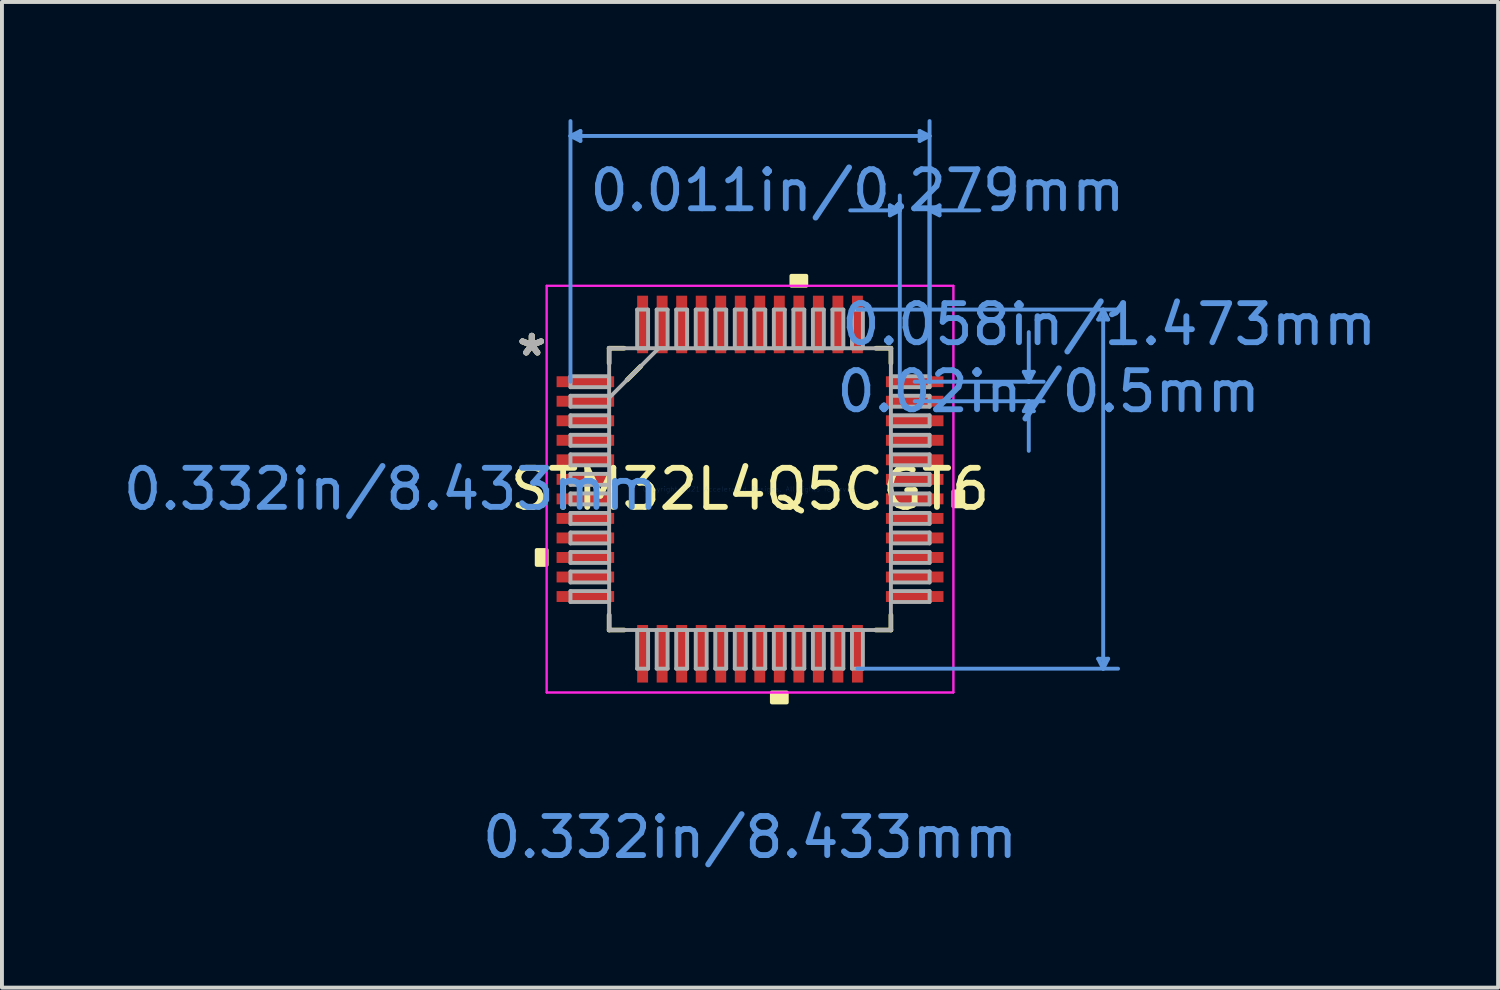
<source format=kicad_pcb>
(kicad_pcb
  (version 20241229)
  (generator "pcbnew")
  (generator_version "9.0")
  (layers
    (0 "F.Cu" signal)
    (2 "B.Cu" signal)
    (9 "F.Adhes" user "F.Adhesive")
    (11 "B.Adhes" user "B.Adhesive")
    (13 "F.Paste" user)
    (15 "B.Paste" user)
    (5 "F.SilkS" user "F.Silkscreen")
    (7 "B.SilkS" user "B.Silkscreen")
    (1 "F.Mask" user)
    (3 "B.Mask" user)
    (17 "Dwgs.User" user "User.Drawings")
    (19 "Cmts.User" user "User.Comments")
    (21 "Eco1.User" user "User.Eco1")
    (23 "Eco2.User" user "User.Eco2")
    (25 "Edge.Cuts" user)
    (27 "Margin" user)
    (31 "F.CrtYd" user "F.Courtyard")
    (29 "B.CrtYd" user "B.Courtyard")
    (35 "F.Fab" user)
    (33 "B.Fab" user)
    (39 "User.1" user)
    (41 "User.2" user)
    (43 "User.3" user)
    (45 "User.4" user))
  (footprint "STM32L4Q5CGT6"
    (layer "F.Cu")
    (at 16.153 9.473)
    (property "Reference" "STM32L4Q5CGT6" (at 0 0 0) (layer "F.SilkS") (effects (font (size 1 1) (thickness 0.15))))
    (attr through_hole)
    (fp_line (start -3.607 -3.607) (end -3.607 -3.222) (stroke (width 0.12) (type solid)) (layer "F.SilkS"))
    (fp_line (start -3.607 3.222) (end -3.607 3.607) (stroke (width 0.12) (type solid)) (layer "F.SilkS"))
    (fp_line (start -3.607 3.607) (end -3.222 3.607) (stroke (width 0.12) (type solid)) (layer "F.SilkS"))
    (fp_line (start -3.222 -3.607) (end -3.607 -3.607) (stroke (width 0.12) (type solid)) (layer "F.SilkS"))
    (fp_line (start -3.147 -2.797) (end -2.797 -3.147) (stroke (width 0.12) (type solid)) (layer "F.SilkS"))
    (fp_line (start 3.222 3.607) (end 3.607 3.607) (stroke (width 0.12) (type solid)) (layer "F.SilkS"))
    (fp_line (start 3.607 -3.607) (end 3.222 -3.607) (stroke (width 0.12) (type solid)) (layer "F.SilkS"))
    (fp_line (start 3.607 -3.222) (end 3.607 -3.607) (stroke (width 0.12) (type solid)) (layer "F.SilkS"))
    (fp_line (start 3.607 3.607) (end 3.607 3.222) (stroke (width 0.12) (type solid)) (layer "F.SilkS"))
    (fp_poly (pts (xy -5.461 1.559) (xy -5.461 1.94) (xy -5.207 1.94) (xy -5.207 1.559)) (stroke (width 0.1) (type solid)) (fill yes) (layer "F.SilkS"))
    (fp_poly (pts (xy 0.56 5.207) (xy 0.56 5.461) (xy 0.941 5.461) (xy 0.941 5.207)) (stroke (width 0.1) (type solid)) (fill yes) (layer "F.SilkS"))
    (fp_poly (pts (xy 1.06 -5.207) (xy 1.06 -5.461) (xy 1.44 -5.461) (xy 1.44 -5.207)) (stroke (width 0.1) (type solid)) (fill yes) (layer "F.SilkS"))
    (fp_poly (pts (xy 5.461 0.059) (xy 5.461 0.441) (xy 5.207 0.441) (xy 5.207 0.059)) (stroke (width 0.1) (type solid)) (fill yes) (layer "F.SilkS"))
    (fp_line (start -4.597 -9.042) (end -4.343 -9.169) (stroke (width 0.1) (type solid)) (layer "Cmts.User"))
    (fp_line (start -4.597 -9.042) (end -4.343 -8.915) (stroke (width 0.1) (type solid)) (layer "Cmts.User"))
    (fp_line (start -4.597 -9.042) (end 4.597 -9.042) (stroke (width 0.1) (type solid)) (layer "Cmts.User"))
    (fp_line (start -4.597 -2.75) (end -4.597 -9.423) (stroke (width 0.1) (type solid)) (layer "Cmts.User"))
    (fp_line (start -4.343 -9.169) (end -4.343 -8.915) (stroke (width 0.1) (type solid)) (layer "Cmts.User"))
    (fp_line (start 2.75 -4.597) (end 9.423 -4.597) (stroke (width 0.1) (type solid)) (layer "Cmts.User"))
    (fp_line (start 2.75 4.597) (end 9.423 4.597) (stroke (width 0.1) (type solid)) (layer "Cmts.User"))
    (fp_line (start 3.581 -7.264) (end 3.581 -7.01) (stroke (width 0.1) (type solid)) (layer "Cmts.User"))
    (fp_line (start 3.835 -7.137) (end 2.565 -7.137) (stroke (width 0.1) (type solid)) (layer "Cmts.User"))
    (fp_line (start 3.835 -7.137) (end 3.581 -7.264) (stroke (width 0.1) (type solid)) (layer "Cmts.User"))
    (fp_line (start 3.835 -7.137) (end 3.581 -7.01) (stroke (width 0.1) (type solid)) (layer "Cmts.User"))
    (fp_line (start 3.835 -2.75) (end 3.835 -7.518) (stroke (width 0.1) (type solid)) (layer "Cmts.User"))
    (fp_line (start 4.216 -2.75) (end 7.518 -2.75) (stroke (width 0.1) (type solid)) (layer "Cmts.User"))
    (fp_line (start 4.216 -2.25) (end 7.518 -2.25) (stroke (width 0.1) (type solid)) (layer "Cmts.User"))
    (fp_line (start 4.343 -9.169) (end 4.343 -8.915) (stroke (width 0.1) (type solid)) (layer "Cmts.User"))
    (fp_line (start 4.597 -9.042) (end 4.343 -9.169) (stroke (width 0.1) (type solid)) (layer "Cmts.User"))
    (fp_line (start 4.597 -9.042) (end 4.343 -8.915) (stroke (width 0.1) (type solid)) (layer "Cmts.User"))
    (fp_line (start 4.597 -7.137) (end 4.851 -7.264) (stroke (width 0.1) (type solid)) (layer "Cmts.User"))
    (fp_line (start 4.597 -7.137) (end 4.851 -7.01) (stroke (width 0.1) (type solid)) (layer "Cmts.User"))
    (fp_line (start 4.597 -7.137) (end 5.867 -7.137) (stroke (width 0.1) (type solid)) (layer "Cmts.User"))
    (fp_line (start 4.597 -2.75) (end 4.597 -9.423) (stroke (width 0.1) (type solid)) (layer "Cmts.User"))
    (fp_line (start 4.597 -2.75) (end 4.597 -7.518) (stroke (width 0.1) (type solid)) (layer "Cmts.User"))
    (fp_line (start 4.851 -7.264) (end 4.851 -7.01) (stroke (width 0.1) (type solid)) (layer "Cmts.User"))
    (fp_line (start 7.01 -3.004) (end 7.264 -3.004) (stroke (width 0.1) (type solid)) (layer "Cmts.User"))
    (fp_line (start 7.01 -1.996) (end 7.264 -1.996) (stroke (width 0.1) (type solid)) (layer "Cmts.User"))
    (fp_line (start 7.137 -2.75) (end 7.01 -3.004) (stroke (width 0.1) (type solid)) (layer "Cmts.User"))
    (fp_line (start 7.137 -2.75) (end 7.137 -4.02) (stroke (width 0.1) (type solid)) (layer "Cmts.User"))
    (fp_line (start 7.137 -2.75) (end 7.264 -3.004) (stroke (width 0.1) (type solid)) (layer "Cmts.User"))
    (fp_line (start 7.137 -2.25) (end 7.01 -1.996) (stroke (width 0.1) (type solid)) (layer "Cmts.User"))
    (fp_line (start 7.137 -2.25) (end 7.137 -0.98) (stroke (width 0.1) (type solid)) (layer "Cmts.User"))
    (fp_line (start 7.137 -2.25) (end 7.264 -1.996) (stroke (width 0.1) (type solid)) (layer "Cmts.User"))
    (fp_line (start 8.915 -4.343) (end 9.169 -4.343) (stroke (width 0.1) (type solid)) (layer "Cmts.User"))
    (fp_line (start 8.915 4.343) (end 9.169 4.343) (stroke (width 0.1) (type solid)) (layer "Cmts.User"))
    (fp_line (start 9.042 -4.597) (end 8.915 -4.343) (stroke (width 0.1) (type solid)) (layer "Cmts.User"))
    (fp_line (start 9.042 -4.597) (end 9.042 4.597) (stroke (width 0.1) (type solid)) (layer "Cmts.User"))
    (fp_line (start 9.042 -4.597) (end 9.169 -4.343) (stroke (width 0.1) (type solid)) (layer "Cmts.User"))
    (fp_line (start 9.042 4.597) (end 8.915 4.343) (stroke (width 0.1) (type solid)) (layer "Cmts.User"))
    (fp_line (start 9.042 4.597) (end 9.169 4.343) (stroke (width 0.1) (type solid)) (layer "Cmts.User"))
    (fp_line (start -5.207 -5.207) (end 5.207 -5.207) (stroke (width 0.05) (type solid)) (layer "F.CrtYd"))
    (fp_line (start -5.207 -5.207) (end 5.207 -5.207) (stroke (width 0.05) (type solid)) (layer "F.CrtYd"))
    (fp_line (start -5.207 5.207) (end -5.207 -5.207) (stroke (width 0.05) (type solid)) (layer "F.CrtYd"))
    (fp_line (start -5.207 5.207) (end -5.207 -5.207) (stroke (width 0.05) (type solid)) (layer "F.CrtYd"))
    (fp_line (start 5.207 -5.207) (end 5.207 5.207) (stroke (width 0.05) (type solid)) (layer "F.CrtYd"))
    (fp_line (start 5.207 -5.207) (end 5.207 5.207) (stroke (width 0.05) (type solid)) (layer "F.CrtYd"))
    (fp_line (start 5.207 5.207) (end -5.207 5.207) (stroke (width 0.05) (type solid)) (layer "F.CrtYd"))
    (fp_line (start 5.207 5.207) (end -5.207 5.207) (stroke (width 0.05) (type solid)) (layer "F.CrtYd"))
    (fp_line (start -4.597 -2.89) (end -4.597 -2.61) (stroke (width 0.1) (type solid)) (layer "F.Fab"))
    (fp_line (start -4.597 -2.61) (end -3.607 -2.61) (stroke (width 0.1) (type solid)) (layer "F.Fab"))
    (fp_line (start -4.597 -2.39) (end -4.597 -2.11) (stroke (width 0.1) (type solid)) (layer "F.Fab"))
    (fp_line (start -4.597 -2.11) (end -3.607 -2.11) (stroke (width 0.1) (type solid)) (layer "F.Fab"))
    (fp_line (start -4.597 -1.89) (end -4.597 -1.61) (stroke (width 0.1) (type solid)) (layer "F.Fab"))
    (fp_line (start -4.597 -1.61) (end -3.607 -1.61) (stroke (width 0.1) (type solid)) (layer "F.Fab"))
    (fp_line (start -4.597 -1.39) (end -4.597 -1.11) (stroke (width 0.1) (type solid)) (layer "F.Fab"))
    (fp_line (start -4.597 -1.11) (end -3.607 -1.11) (stroke (width 0.1) (type solid)) (layer "F.Fab"))
    (fp_line (start -4.597 -0.89) (end -4.597 -0.61) (stroke (width 0.1) (type solid)) (layer "F.Fab"))
    (fp_line (start -4.597 -0.61) (end -3.607 -0.61) (stroke (width 0.1) (type solid)) (layer "F.Fab"))
    (fp_line (start -4.597 -0.39) (end -4.597 -0.11) (stroke (width 0.1) (type solid)) (layer "F.Fab"))
    (fp_line (start -4.597 -0.11) (end -3.607 -0.11) (stroke (width 0.1) (type solid)) (layer "F.Fab"))
    (fp_line (start -4.597 0.11) (end -4.597 0.39) (stroke (width 0.1) (type solid)) (layer "F.Fab"))
    (fp_line (start -4.597 0.39) (end -3.607 0.39) (stroke (width 0.1) (type solid)) (layer "F.Fab"))
    (fp_line (start -4.597 0.61) (end -4.597 0.89) (stroke (width 0.1) (type solid)) (layer "F.Fab"))
    (fp_line (start -4.597 0.89) (end -3.607 0.89) (stroke (width 0.1) (type solid)) (layer "F.Fab"))
    (fp_line (start -4.597 1.11) (end -4.597 1.39) (stroke (width 0.1) (type solid)) (layer "F.Fab"))
    (fp_line (start -4.597 1.39) (end -3.607 1.39) (stroke (width 0.1) (type solid)) (layer "F.Fab"))
    (fp_line (start -4.597 1.61) (end -4.597 1.89) (stroke (width 0.1) (type solid)) (layer "F.Fab"))
    (fp_line (start -4.597 1.89) (end -3.607 1.89) (stroke (width 0.1) (type solid)) (layer "F.Fab"))
    (fp_line (start -4.597 2.11) (end -4.597 2.39) (stroke (width 0.1) (type solid)) (layer "F.Fab"))
    (fp_line (start -4.597 2.39) (end -3.607 2.39) (stroke (width 0.1) (type solid)) (layer "F.Fab"))
    (fp_line (start -4.597 2.61) (end -4.597 2.89) (stroke (width 0.1) (type solid)) (layer "F.Fab"))
    (fp_line (start -4.597 2.89) (end -3.607 2.89) (stroke (width 0.1) (type solid)) (layer "F.Fab"))
    (fp_line (start -3.607 -3.607) (end -3.607 -3.607) (stroke (width 0.1) (type solid)) (layer "F.Fab"))
    (fp_line (start -3.607 -3.607) (end -3.607 3.607) (stroke (width 0.1) (type solid)) (layer "F.Fab"))
    (fp_line (start -3.607 -2.89) (end -4.597 -2.89) (stroke (width 0.1) (type solid)) (layer "F.Fab"))
    (fp_line (start -3.607 -2.61) (end -3.607 -2.89) (stroke (width 0.1) (type solid)) (layer "F.Fab"))
    (fp_line (start -3.607 -2.39) (end -4.597 -2.39) (stroke (width 0.1) (type solid)) (layer "F.Fab"))
    (fp_line (start -3.607 -2.337) (end -2.337 -3.607) (stroke (width 0.1) (type solid)) (layer "F.Fab"))
    (fp_line (start -3.607 -2.11) (end -3.607 -2.39) (stroke (width 0.1) (type solid)) (layer "F.Fab"))
    (fp_line (start -3.607 -1.89) (end -4.597 -1.89) (stroke (width 0.1) (type solid)) (layer "F.Fab"))
    (fp_line (start -3.607 -1.61) (end -3.607 -1.89) (stroke (width 0.1) (type solid)) (layer "F.Fab"))
    (fp_line (start -3.607 -1.39) (end -4.597 -1.39) (stroke (width 0.1) (type solid)) (layer "F.Fab"))
    (fp_line (start -3.607 -1.11) (end -3.607 -1.39) (stroke (width 0.1) (type solid)) (layer "F.Fab"))
    (fp_line (start -3.607 -0.89) (end -4.597 -0.89) (stroke (width 0.1) (type solid)) (layer "F.Fab"))
    (fp_line (start -3.607 -0.61) (end -3.607 -0.89) (stroke (width 0.1) (type solid)) (layer "F.Fab"))
    (fp_line (start -3.607 -0.39) (end -4.597 -0.39) (stroke (width 0.1) (type solid)) (layer "F.Fab"))
    (fp_line (start -3.607 -0.11) (end -3.607 -0.39) (stroke (width 0.1) (type solid)) (layer "F.Fab"))
    (fp_line (start -3.607 0.11) (end -4.597 0.11) (stroke (width 0.1) (type solid)) (layer "F.Fab"))
    (fp_line (start -3.607 0.39) (end -3.607 0.11) (stroke (width 0.1) (type solid)) (layer "F.Fab"))
    (fp_line (start -3.607 0.61) (end -4.597 0.61) (stroke (width 0.1) (type solid)) (layer "F.Fab"))
    (fp_line (start -3.607 0.89) (end -3.607 0.61) (stroke (width 0.1) (type solid)) (layer "F.Fab"))
    (fp_line (start -3.607 1.11) (end -4.597 1.11) (stroke (width 0.1) (type solid)) (layer "F.Fab"))
    (fp_line (start -3.607 1.39) (end -3.607 1.11) (stroke (width 0.1) (type solid)) (layer "F.Fab"))
    (fp_line (start -3.607 1.61) (end -4.597 1.61) (stroke (width 0.1) (type solid)) (layer "F.Fab"))
    (fp_line (start -3.607 1.89) (end -3.607 1.61) (stroke (width 0.1) (type solid)) (layer "F.Fab"))
    (fp_line (start -3.607 2.11) (end -4.597 2.11) (stroke (width 0.1) (type solid)) (layer "F.Fab"))
    (fp_line (start -3.607 2.39) (end -3.607 2.11) (stroke (width 0.1) (type solid)) (layer "F.Fab"))
    (fp_line (start -3.607 2.61) (end -4.597 2.61) (stroke (width 0.1) (type solid)) (layer "F.Fab"))
    (fp_line (start -3.607 2.89) (end -3.607 2.61) (stroke (width 0.1) (type solid)) (layer "F.Fab"))
    (fp_line (start -3.607 3.607) (end -3.607 3.607) (stroke (width 0.1) (type solid)) (layer "F.Fab"))
    (fp_line (start -3.607 3.607) (end 3.607 3.607) (stroke (width 0.1) (type solid)) (layer "F.Fab"))
    (fp_line (start -2.89 -4.597) (end -2.89 -3.607) (stroke (width 0.1) (type solid)) (layer "F.Fab"))
    (fp_line (start -2.89 -3.607) (end -2.61 -3.607) (stroke (width 0.1) (type solid)) (layer "F.Fab"))
    (fp_line (start -2.89 3.607) (end -2.89 4.597) (stroke (width 0.1) (type solid)) (layer "F.Fab"))
    (fp_line (start -2.89 4.597) (end -2.61 4.597) (stroke (width 0.1) (type solid)) (layer "F.Fab"))
    (fp_line (start -2.61 -4.597) (end -2.89 -4.597) (stroke (width 0.1) (type solid)) (layer "F.Fab"))
    (fp_line (start -2.61 -3.607) (end -2.61 -4.597) (stroke (width 0.1) (type solid)) (layer "F.Fab"))
    (fp_line (start -2.61 3.607) (end -2.89 3.607) (stroke (width 0.1) (type solid)) (layer "F.Fab"))
    (fp_line (start -2.61 4.597) (end -2.61 3.607) (stroke (width 0.1) (type solid)) (layer "F.Fab"))
    (fp_line (start -2.39 -4.597) (end -2.39 -3.607) (stroke (width 0.1) (type solid)) (layer "F.Fab"))
    (fp_line (start -2.39 -3.607) (end -2.11 -3.607) (stroke (width 0.1) (type solid)) (layer "F.Fab"))
    (fp_line (start -2.39 3.607) (end -2.39 4.597) (stroke (width 0.1) (type solid)) (layer "F.Fab"))
    (fp_line (start -2.39 4.597) (end -2.11 4.597) (stroke (width 0.1) (type solid)) (layer "F.Fab"))
    (fp_line (start -2.11 -4.597) (end -2.39 -4.597) (stroke (width 0.1) (type solid)) (layer "F.Fab"))
    (fp_line (start -2.11 -3.607) (end -2.11 -4.597) (stroke (width 0.1) (type solid)) (layer "F.Fab"))
    (fp_line (start -2.11 3.607) (end -2.39 3.607) (stroke (width 0.1) (type solid)) (layer "F.Fab"))
    (fp_line (start -2.11 4.597) (end -2.11 3.607) (stroke (width 0.1) (type solid)) (layer "F.Fab"))
    (fp_line (start -1.89 -4.597) (end -1.89 -3.607) (stroke (width 0.1) (type solid)) (layer "F.Fab"))
    (fp_line (start -1.89 -3.607) (end -1.61 -3.607) (stroke (width 0.1) (type solid)) (layer "F.Fab"))
    (fp_line (start -1.89 3.607) (end -1.89 4.597) (stroke (width 0.1) (type solid)) (layer "F.Fab"))
    (fp_line (start -1.89 4.597) (end -1.61 4.597) (stroke (width 0.1) (type solid)) (layer "F.Fab"))
    (fp_line (start -1.61 -4.597) (end -1.89 -4.597) (stroke (width 0.1) (type solid)) (layer "F.Fab"))
    (fp_line (start -1.61 -3.607) (end -1.61 -4.597) (stroke (width 0.1) (type solid)) (layer "F.Fab"))
    (fp_line (start -1.61 3.607) (end -1.89 3.607) (stroke (width 0.1) (type solid)) (layer "F.Fab"))
    (fp_line (start -1.61 4.597) (end -1.61 3.607) (stroke (width 0.1) (type solid)) (layer "F.Fab"))
    (fp_line (start -1.39 -4.597) (end -1.39 -3.607) (stroke (width 0.1) (type solid)) (layer "F.Fab"))
    (fp_line (start -1.39 -3.607) (end -1.11 -3.607) (stroke (width 0.1) (type solid)) (layer "F.Fab"))
    (fp_line (start -1.39 3.607) (end -1.39 4.597) (stroke (width 0.1) (type solid)) (layer "F.Fab"))
    (fp_line (start -1.39 4.597) (end -1.11 4.597) (stroke (width 0.1) (type solid)) (layer "F.Fab"))
    (fp_line (start -1.11 -4.597) (end -1.39 -4.597) (stroke (width 0.1) (type solid)) (layer "F.Fab"))
    (fp_line (start -1.11 -3.607) (end -1.11 -4.597) (stroke (width 0.1) (type solid)) (layer "F.Fab"))
    (fp_line (start -1.11 3.607) (end -1.39 3.607) (stroke (width 0.1) (type solid)) (layer "F.Fab"))
    (fp_line (start -1.11 4.597) (end -1.11 3.607) (stroke (width 0.1) (type solid)) (layer "F.Fab"))
    (fp_line (start -0.89 -4.597) (end -0.89 -3.607) (stroke (width 0.1) (type solid)) (layer "F.Fab"))
    (fp_line (start -0.89 -3.607) (end -0.61 -3.607) (stroke (width 0.1) (type solid)) (layer "F.Fab"))
    (fp_line (start -0.89 3.607) (end -0.89 4.597) (stroke (width 0.1) (type solid)) (layer "F.Fab"))
    (fp_line (start -0.89 4.597) (end -0.61 4.597) (stroke (width 0.1) (type solid)) (layer "F.Fab"))
    (fp_line (start -0.61 -4.597) (end -0.89 -4.597) (stroke (width 0.1) (type solid)) (layer "F.Fab"))
    (fp_line (start -0.61 -3.607) (end -0.61 -4.597) (stroke (width 0.1) (type solid)) (layer "F.Fab"))
    (fp_line (start -0.61 3.607) (end -0.89 3.607) (stroke (width 0.1) (type solid)) (layer "F.Fab"))
    (fp_line (start -0.61 4.597) (end -0.61 3.607) (stroke (width 0.1) (type solid)) (layer "F.Fab"))
    (fp_line (start -0.39 -4.597) (end -0.39 -3.607) (stroke (width 0.1) (type solid)) (layer "F.Fab"))
    (fp_line (start -0.39 -3.607) (end -0.11 -3.607) (stroke (width 0.1) (type solid)) (layer "F.Fab"))
    (fp_line (start -0.39 3.607) (end -0.39 4.597) (stroke (width 0.1) (type solid)) (layer "F.Fab"))
    (fp_line (start -0.39 4.597) (end -0.11 4.597) (stroke (width 0.1) (type solid)) (layer "F.Fab"))
    (fp_line (start -0.11 -4.597) (end -0.39 -4.597) (stroke (width 0.1) (type solid)) (layer "F.Fab"))
    (fp_line (start -0.11 -3.607) (end -0.11 -4.597) (stroke (width 0.1) (type solid)) (layer "F.Fab"))
    (fp_line (start -0.11 3.607) (end -0.39 3.607) (stroke (width 0.1) (type solid)) (layer "F.Fab"))
    (fp_line (start -0.11 4.597) (end -0.11 3.607) (stroke (width 0.1) (type solid)) (layer "F.Fab"))
    (fp_line (start 0.11 -4.597) (end 0.11 -3.607) (stroke (width 0.1) (type solid)) (layer "F.Fab"))
    (fp_line (start 0.11 -3.607) (end 0.39 -3.607) (stroke (width 0.1) (type solid)) (layer "F.Fab"))
    (fp_line (start 0.11 3.607) (end 0.11 4.597) (stroke (width 0.1) (type solid)) (layer "F.Fab"))
    (fp_line (start 0.11 4.597) (end 0.39 4.597) (stroke (width 0.1) (type solid)) (layer "F.Fab"))
    (fp_line (start 0.39 -4.597) (end 0.11 -4.597) (stroke (width 0.1) (type solid)) (layer "F.Fab"))
    (fp_line (start 0.39 -3.607) (end 0.39 -4.597) (stroke (width 0.1) (type solid)) (layer "F.Fab"))
    (fp_line (start 0.39 3.607) (end 0.11 3.607) (stroke (width 0.1) (type solid)) (layer "F.Fab"))
    (fp_line (start 0.39 4.597) (end 0.39 3.607) (stroke (width 0.1) (type solid)) (layer "F.Fab"))
    (fp_line (start 0.61 -4.597) (end 0.61 -3.607) (stroke (width 0.1) (type solid)) (layer "F.Fab"))
    (fp_line (start 0.61 -3.607) (end 0.89 -3.607) (stroke (width 0.1) (type solid)) (layer "F.Fab"))
    (fp_line (start 0.61 3.607) (end 0.61 4.597) (stroke (width 0.1) (type solid)) (layer "F.Fab"))
    (fp_line (start 0.61 4.597) (end 0.89 4.597) (stroke (width 0.1) (type solid)) (layer "F.Fab"))
    (fp_line (start 0.89 -4.597) (end 0.61 -4.597) (stroke (width 0.1) (type solid)) (layer "F.Fab"))
    (fp_line (start 0.89 -3.607) (end 0.89 -4.597) (stroke (width 0.1) (type solid)) (layer "F.Fab"))
    (fp_line (start 0.89 3.607) (end 0.61 3.607) (stroke (width 0.1) (type solid)) (layer "F.Fab"))
    (fp_line (start 0.89 4.597) (end 0.89 3.607) (stroke (width 0.1) (type solid)) (layer "F.Fab"))
    (fp_line (start 1.11 -4.597) (end 1.11 -3.607) (stroke (width 0.1) (type solid)) (layer "F.Fab"))
    (fp_line (start 1.11 -3.607) (end 1.39 -3.607) (stroke (width 0.1) (type solid)) (layer "F.Fab"))
    (fp_line (start 1.11 3.607) (end 1.11 4.597) (stroke (width 0.1) (type solid)) (layer "F.Fab"))
    (fp_line (start 1.11 4.597) (end 1.39 4.597) (stroke (width 0.1) (type solid)) (layer "F.Fab"))
    (fp_line (start 1.39 -4.597) (end 1.11 -4.597) (stroke (width 0.1) (type solid)) (layer "F.Fab"))
    (fp_line (start 1.39 -3.607) (end 1.39 -4.597) (stroke (width 0.1) (type solid)) (layer "F.Fab"))
    (fp_line (start 1.39 3.607) (end 1.11 3.607) (stroke (width 0.1) (type solid)) (layer "F.Fab"))
    (fp_line (start 1.39 4.597) (end 1.39 3.607) (stroke (width 0.1) (type solid)) (layer "F.Fab"))
    (fp_line (start 1.61 -4.597) (end 1.61 -3.607) (stroke (width 0.1) (type solid)) (layer "F.Fab"))
    (fp_line (start 1.61 -3.607) (end 1.89 -3.607) (stroke (width 0.1) (type solid)) (layer "F.Fab"))
    (fp_line (start 1.61 3.607) (end 1.61 4.597) (stroke (width 0.1) (type solid)) (layer "F.Fab"))
    (fp_line (start 1.61 4.597) (end 1.89 4.597) (stroke (width 0.1) (type solid)) (layer "F.Fab"))
    (fp_line (start 1.89 -4.597) (end 1.61 -4.597) (stroke (width 0.1) (type solid)) (layer "F.Fab"))
    (fp_line (start 1.89 -3.607) (end 1.89 -4.597) (stroke (width 0.1) (type solid)) (layer "F.Fab"))
    (fp_line (start 1.89 3.607) (end 1.61 3.607) (stroke (width 0.1) (type solid)) (layer "F.Fab"))
    (fp_line (start 1.89 4.597) (end 1.89 3.607) (stroke (width 0.1) (type solid)) (layer "F.Fab"))
    (fp_line (start 2.11 -4.597) (end 2.11 -3.607) (stroke (width 0.1) (type solid)) (layer "F.Fab"))
    (fp_line (start 2.11 -3.607) (end 2.39 -3.607) (stroke (width 0.1) (type solid)) (layer "F.Fab"))
    (fp_line (start 2.11 3.607) (end 2.11 4.597) (stroke (width 0.1) (type solid)) (layer "F.Fab"))
    (fp_line (start 2.11 4.597) (end 2.39 4.597) (stroke (width 0.1) (type solid)) (layer "F.Fab"))
    (fp_line (start 2.39 -4.597) (end 2.11 -4.597) (stroke (width 0.1) (type solid)) (layer "F.Fab"))
    (fp_line (start 2.39 -3.607) (end 2.39 -4.597) (stroke (width 0.1) (type solid)) (layer "F.Fab"))
    (fp_line (start 2.39 3.607) (end 2.11 3.607) (stroke (width 0.1) (type solid)) (layer "F.Fab"))
    (fp_line (start 2.39 4.597) (end 2.39 3.607) (stroke (width 0.1) (type solid)) (layer "F.Fab"))
    (fp_line (start 2.61 -4.597) (end 2.61 -3.607) (stroke (width 0.1) (type solid)) (layer "F.Fab"))
    (fp_line (start 2.61 -3.607) (end 2.89 -3.607) (stroke (width 0.1) (type solid)) (layer "F.Fab"))
    (fp_line (start 2.61 3.607) (end 2.61 4.597) (stroke (width 0.1) (type solid)) (layer "F.Fab"))
    (fp_line (start 2.61 4.597) (end 2.89 4.597) (stroke (width 0.1) (type solid)) (layer "F.Fab"))
    (fp_line (start 2.89 -4.597) (end 2.61 -4.597) (stroke (width 0.1) (type solid)) (layer "F.Fab"))
    (fp_line (start 2.89 -3.607) (end 2.89 -4.597) (stroke (width 0.1) (type solid)) (layer "F.Fab"))
    (fp_line (start 2.89 3.607) (end 2.61 3.607) (stroke (width 0.1) (type solid)) (layer "F.Fab"))
    (fp_line (start 2.89 4.597) (end 2.89 3.607) (stroke (width 0.1) (type solid)) (layer "F.Fab"))
    (fp_line (start 3.607 -3.607) (end -3.607 -3.607) (stroke (width 0.1) (type solid)) (layer "F.Fab"))
    (fp_line (start 3.607 -3.607) (end 3.607 -3.607) (stroke (width 0.1) (type solid)) (layer "F.Fab"))
    (fp_line (start 3.607 -2.89) (end 3.607 -2.61) (stroke (width 0.1) (type solid)) (layer "F.Fab"))
    (fp_line (start 3.607 -2.61) (end 4.597 -2.61) (stroke (width 0.1) (type solid)) (layer "F.Fab"))
    (fp_line (start 3.607 -2.39) (end 3.607 -2.11) (stroke (width 0.1) (type solid)) (layer "F.Fab"))
    (fp_line (start 3.607 -2.11) (end 4.597 -2.11) (stroke (width 0.1) (type solid)) (layer "F.Fab"))
    (fp_line (start 3.607 -1.89) (end 3.607 -1.61) (stroke (width 0.1) (type solid)) (layer "F.Fab"))
    (fp_line (start 3.607 -1.61) (end 4.597 -1.61) (stroke (width 0.1) (type solid)) (layer "F.Fab"))
    (fp_line (start 3.607 -1.39) (end 3.607 -1.11) (stroke (width 0.1) (type solid)) (layer "F.Fab"))
    (fp_line (start 3.607 -1.11) (end 4.597 -1.11) (stroke (width 0.1) (type solid)) (layer "F.Fab"))
    (fp_line (start 3.607 -0.89) (end 3.607 -0.61) (stroke (width 0.1) (type solid)) (layer "F.Fab"))
    (fp_line (start 3.607 -0.61) (end 4.597 -0.61) (stroke (width 0.1) (type solid)) (layer "F.Fab"))
    (fp_line (start 3.607 -0.39) (end 3.607 -0.11) (stroke (width 0.1) (type solid)) (layer "F.Fab"))
    (fp_line (start 3.607 -0.11) (end 4.597 -0.11) (stroke (width 0.1) (type solid)) (layer "F.Fab"))
    (fp_line (start 3.607 0.11) (end 3.607 0.39) (stroke (width 0.1) (type solid)) (layer "F.Fab"))
    (fp_line (start 3.607 0.39) (end 4.597 0.39) (stroke (width 0.1) (type solid)) (layer "F.Fab"))
    (fp_line (start 3.607 0.61) (end 3.607 0.89) (stroke (width 0.1) (type solid)) (layer "F.Fab"))
    (fp_line (start 3.607 0.89) (end 4.597 0.89) (stroke (width 0.1) (type solid)) (layer "F.Fab"))
    (fp_line (start 3.607 1.11) (end 3.607 1.39) (stroke (width 0.1) (type solid)) (layer "F.Fab"))
    (fp_line (start 3.607 1.39) (end 4.597 1.39) (stroke (width 0.1) (type solid)) (layer "F.Fab"))
    (fp_line (start 3.607 1.61) (end 3.607 1.89) (stroke (width 0.1) (type solid)) (layer "F.Fab"))
    (fp_line (start 3.607 1.89) (end 4.597 1.89) (stroke (width 0.1) (type solid)) (layer "F.Fab"))
    (fp_line (start 3.607 2.11) (end 3.607 2.39) (stroke (width 0.1) (type solid)) (layer "F.Fab"))
    (fp_line (start 3.607 2.39) (end 4.597 2.39) (stroke (width 0.1) (type solid)) (layer "F.Fab"))
    (fp_line (start 3.607 2.61) (end 3.607 2.89) (stroke (width 0.1) (type solid)) (layer "F.Fab"))
    (fp_line (start 3.607 2.89) (end 4.597 2.89) (stroke (width 0.1) (type solid)) (layer "F.Fab"))
    (fp_line (start 3.607 3.607) (end 3.607 -3.607) (stroke (width 0.1) (type solid)) (layer "F.Fab"))
    (fp_line (start 3.607 3.607) (end 3.607 3.607) (stroke (width 0.1) (type solid)) (layer "F.Fab"))
    (fp_line (start 4.597 -2.89) (end 3.607 -2.89) (stroke (width 0.1) (type solid)) (layer "F.Fab"))
    (fp_line (start 4.597 -2.61) (end 4.597 -2.89) (stroke (width 0.1) (type solid)) (layer "F.Fab"))
    (fp_line (start 4.597 -2.39) (end 3.607 -2.39) (stroke (width 0.1) (type solid)) (layer "F.Fab"))
    (fp_line (start 4.597 -2.11) (end 4.597 -2.39) (stroke (width 0.1) (type solid)) (layer "F.Fab"))
    (fp_line (start 4.597 -1.89) (end 3.607 -1.89) (stroke (width 0.1) (type solid)) (layer "F.Fab"))
    (fp_line (start 4.597 -1.61) (end 4.597 -1.89) (stroke (width 0.1) (type solid)) (layer "F.Fab"))
    (fp_line (start 4.597 -1.39) (end 3.607 -1.39) (stroke (width 0.1) (type solid)) (layer "F.Fab"))
    (fp_line (start 4.597 -1.11) (end 4.597 -1.39) (stroke (width 0.1) (type solid)) (layer "F.Fab"))
    (fp_line (start 4.597 -0.89) (end 3.607 -0.89) (stroke (width 0.1) (type solid)) (layer "F.Fab"))
    (fp_line (start 4.597 -0.61) (end 4.597 -0.89) (stroke (width 0.1) (type solid)) (layer "F.Fab"))
    (fp_line (start 4.597 -0.39) (end 3.607 -0.39) (stroke (width 0.1) (type solid)) (layer "F.Fab"))
    (fp_line (start 4.597 -0.11) (end 4.597 -0.39) (stroke (width 0.1) (type solid)) (layer "F.Fab"))
    (fp_line (start 4.597 0.11) (end 3.607 0.11) (stroke (width 0.1) (type solid)) (layer "F.Fab"))
    (fp_line (start 4.597 0.39) (end 4.597 0.11) (stroke (width 0.1) (type solid)) (layer "F.Fab"))
    (fp_line (start 4.597 0.61) (end 3.607 0.61) (stroke (width 0.1) (type solid)) (layer "F.Fab"))
    (fp_line (start 4.597 0.89) (end 4.597 0.61) (stroke (width 0.1) (type solid)) (layer "F.Fab"))
    (fp_line (start 4.597 1.11) (end 3.607 1.11) (stroke (width 0.1) (type solid)) (layer "F.Fab"))
    (fp_line (start 4.597 1.39) (end 4.597 1.11) (stroke (width 0.1) (type solid)) (layer "F.Fab"))
    (fp_line (start 4.597 1.61) (end 3.607 1.61) (stroke (width 0.1) (type solid)) (layer "F.Fab"))
    (fp_line (start 4.597 1.89) (end 4.597 1.61) (stroke (width 0.1) (type solid)) (layer "F.Fab"))
    (fp_line (start 4.597 2.11) (end 3.607 2.11) (stroke (width 0.1) (type solid)) (layer "F.Fab"))
    (fp_line (start 4.597 2.39) (end 4.597 2.11) (stroke (width 0.1) (type solid)) (layer "F.Fab"))
    (fp_line (start 4.597 2.61) (end 3.607 2.61) (stroke (width 0.1) (type solid)) (layer "F.Fab"))
    (fp_line (start 4.597 2.89) (end 4.597 2.61) (stroke (width 0.1) (type solid)) (layer "F.Fab"))
    (fp_text user "*" (at -5.588 -3.381 0) (layer "F.SilkS") (effects (font (size 1 1) (thickness 0.15))))
    (fp_text user "*" (at -5.588 -3.381 0) (layer "F.SilkS") (effects (font (size 1 1) (thickness 0.15))))
    (fp_text user "0.332in/8.433mm" (at 0 8.915 0) (layer "Cmts.User") (effects (font (size 1 1) (thickness 0.15))))
    (fp_text user "0.011in/0.279mm" (at 2.75 -7.645 0) (layer "Cmts.User") (effects (font (size 1 1) (thickness 0.15))))
    (fp_text user "0.332in/8.433mm" (at -9.195 0 0) (layer "Cmts.User") (effects (font (size 1 1) (thickness 0.15))))
    (fp_text user "0.02in/0.5mm" (at 7.645 -2.5 0) (layer "Cmts.User") (effects (font (size 1 1) (thickness 0.15))))
    (fp_text user "0.058in/1.473mm" (at 9.195 -4.216 0) (layer "Cmts.User") (effects (font (size 1 1) (thickness 0.15))))
    (fp_text user "Copyright 2021 Accelerated Designs. All rights reserved." (at 0 0 0) (layer "Cmts.User") (effects (font (size 0.127 0.127) (thickness 0.002))))
    (fp_text user "*" (at -5.588 -3.381 0) (layer "F.Fab") (effects (font (size 1 1) (thickness 0.15))))
    (fp_text user "*" (at -5.588 -3.381 0) (layer "F.Fab") (effects (font (size 1 1) (thickness 0.15))))
    (pad "1" smd rect (at -4.216 -2.75 90) (size 0.279 1.473) (layers "F.Cu" "F.Mask" "F.Paste"))
    (pad "2" smd rect (at -4.216 -2.25 90) (size 0.279 1.473) (layers "F.Cu" "F.Mask" "F.Paste"))
    (pad "3" smd rect (at -4.216 -1.75 90) (size 0.279 1.473) (layers "F.Cu" "F.Mask" "F.Paste"))
    (pad "4" smd rect (at -4.216 -1.25 90) (size 0.279 1.473) (layers "F.Cu" "F.Mask" "F.Paste"))
    (pad "5" smd rect (at -4.216 -0.75 90) (size 0.279 1.473) (layers "F.Cu" "F.Mask" "F.Paste"))
    (pad "6" smd rect (at -4.216 -0.25 90) (size 0.279 1.473) (layers "F.Cu" "F.Mask" "F.Paste"))
    (pad "7" smd rect (at -4.216 0.25 90) (size 0.279 1.473) (layers "F.Cu" "F.Mask" "F.Paste"))
    (pad "8" smd rect (at -4.216 0.75 90) (size 0.279 1.473) (layers "F.Cu" "F.Mask" "F.Paste"))
    (pad "9" smd rect (at -4.216 1.25 90) (size 0.279 1.473) (layers "F.Cu" "F.Mask" "F.Paste"))
    (pad "10" smd rect (at -4.216 1.75 90) (size 0.279 1.473) (layers "F.Cu" "F.Mask" "F.Paste"))
    (pad "11" smd rect (at -4.216 2.25 90) (size 0.279 1.473) (layers "F.Cu" "F.Mask" "F.Paste"))
    (pad "12" smd rect (at -4.216 2.75 90) (size 0.279 1.473) (layers "F.Cu" "F.Mask" "F.Paste"))
    (pad "13" smd rect (at -2.75 4.216) (size 0.279 1.473) (layers "F.Cu" "F.Mask" "F.Paste"))
    (pad "14" smd rect (at -2.25 4.216) (size 0.279 1.473) (layers "F.Cu" "F.Mask" "F.Paste"))
    (pad "15" smd rect (at -1.75 4.216) (size 0.279 1.473) (layers "F.Cu" "F.Mask" "F.Paste"))
    (pad "16" smd rect (at -1.25 4.216) (size 0.279 1.473) (layers "F.Cu" "F.Mask" "F.Paste"))
    (pad "17" smd rect (at -0.75 4.216) (size 0.279 1.473) (layers "F.Cu" "F.Mask" "F.Paste"))
    (pad "18" smd rect (at -0.25 4.216) (size 0.279 1.473) (layers "F.Cu" "F.Mask" "F.Paste"))
    (pad "19" smd rect (at 0.25 4.216) (size 0.279 1.473) (layers "F.Cu" "F.Mask" "F.Paste"))
    (pad "20" smd rect (at 0.75 4.216) (size 0.279 1.473) (layers "F.Cu" "F.Mask" "F.Paste"))
    (pad "21" smd rect (at 1.25 4.216) (size 0.279 1.473) (layers "F.Cu" "F.Mask" "F.Paste"))
    (pad "22" smd rect (at 1.75 4.216) (size 0.279 1.473) (layers "F.Cu" "F.Mask" "F.Paste"))
    (pad "23" smd rect (at 2.25 4.216) (size 0.279 1.473) (layers "F.Cu" "F.Mask" "F.Paste"))
    (pad "24" smd rect (at 2.75 4.216) (size 0.279 1.473) (layers "F.Cu" "F.Mask" "F.Paste"))
    (pad "25" smd rect (at 4.216 2.75 90) (size 0.279 1.473) (layers "F.Cu" "F.Mask" "F.Paste"))
    (pad "26" smd rect (at 4.216 2.25 90) (size 0.279 1.473) (layers "F.Cu" "F.Mask" "F.Paste"))
    (pad "27" smd rect (at 4.216 1.75 90) (size 0.279 1.473) (layers "F.Cu" "F.Mask" "F.Paste"))
    (pad "28" smd rect (at 4.216 1.25 90) (size 0.279 1.473) (layers "F.Cu" "F.Mask" "F.Paste"))
    (pad "29" smd rect (at 4.216 0.75 90) (size 0.279 1.473) (layers "F.Cu" "F.Mask" "F.Paste"))
    (pad "30" smd rect (at 4.216 0.25 90) (size 0.279 1.473) (layers "F.Cu" "F.Mask" "F.Paste"))
    (pad "31" smd rect (at 4.216 -0.25 90) (size 0.279 1.473) (layers "F.Cu" "F.Mask" "F.Paste"))
    (pad "32" smd rect (at 4.216 -0.75 90) (size 0.279 1.473) (layers "F.Cu" "F.Mask" "F.Paste"))
    (pad "33" smd rect (at 4.216 -1.25 90) (size 0.279 1.473) (layers "F.Cu" "F.Mask" "F.Paste"))
    (pad "34" smd rect (at 4.216 -1.75 90) (size 0.279 1.473) (layers "F.Cu" "F.Mask" "F.Paste"))
    (pad "35" smd rect (at 4.216 -2.25 90) (size 0.279 1.473) (layers "F.Cu" "F.Mask" "F.Paste"))
    (pad "36" smd rect (at 4.216 -2.75 90) (size 0.279 1.473) (layers "F.Cu" "F.Mask" "F.Paste"))
    (pad "37" smd rect (at 2.75 -4.216) (size 0.279 1.473) (layers "F.Cu" "F.Mask" "F.Paste"))
    (pad "38" smd rect (at 2.25 -4.216) (size 0.279 1.473) (layers "F.Cu" "F.Mask" "F.Paste"))
    (pad "39" smd rect (at 1.75 -4.216) (size 0.279 1.473) (layers "F.Cu" "F.Mask" "F.Paste"))
    (pad "40" smd rect (at 1.25 -4.216) (size 0.279 1.473) (layers "F.Cu" "F.Mask" "F.Paste"))
    (pad "41" smd rect (at 0.75 -4.216) (size 0.279 1.473) (layers "F.Cu" "F.Mask" "F.Paste"))
    (pad "42" smd rect (at 0.25 -4.216) (size 0.279 1.473) (layers "F.Cu" "F.Mask" "F.Paste"))
    (pad "43" smd rect (at -0.25 -4.216) (size 0.279 1.473) (layers "F.Cu" "F.Mask" "F.Paste"))
    (pad "44" smd rect (at -0.75 -4.216) (size 0.279 1.473) (layers "F.Cu" "F.Mask" "F.Paste"))
    (pad "45" smd rect (at -1.25 -4.216) (size 0.279 1.473) (layers "F.Cu" "F.Mask" "F.Paste"))
    (pad "46" smd rect (at -1.75 -4.216) (size 0.279 1.473) (layers "F.Cu" "F.Mask" "F.Paste"))
    (pad "47" smd rect (at -2.25 -4.216) (size 0.279 1.473) (layers "F.Cu" "F.Mask" "F.Paste"))
    (pad "48" smd rect (at -2.75 -4.216) (size 0.279 1.473) (layers "F.Cu" "F.Mask" "F.Paste")))
  (gr_rect
    (start -3 -3)
    (end 35.306 22.237)
    (stroke (width 0.1) (type default))
    (fill no)
    (layer "Edge.Cuts")))
</source>
